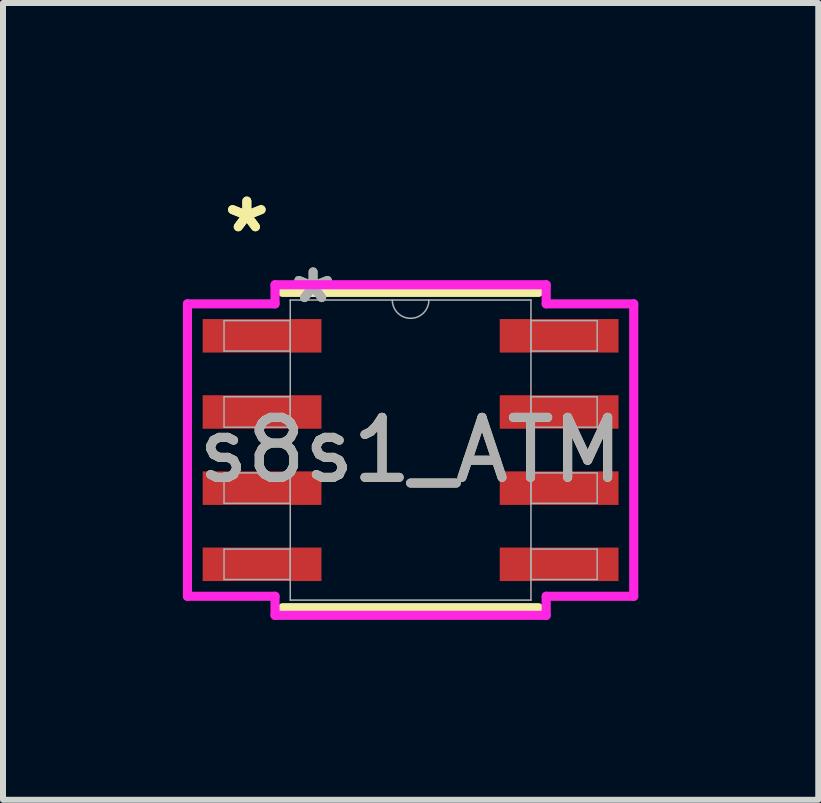
<source format=kicad_pcb>
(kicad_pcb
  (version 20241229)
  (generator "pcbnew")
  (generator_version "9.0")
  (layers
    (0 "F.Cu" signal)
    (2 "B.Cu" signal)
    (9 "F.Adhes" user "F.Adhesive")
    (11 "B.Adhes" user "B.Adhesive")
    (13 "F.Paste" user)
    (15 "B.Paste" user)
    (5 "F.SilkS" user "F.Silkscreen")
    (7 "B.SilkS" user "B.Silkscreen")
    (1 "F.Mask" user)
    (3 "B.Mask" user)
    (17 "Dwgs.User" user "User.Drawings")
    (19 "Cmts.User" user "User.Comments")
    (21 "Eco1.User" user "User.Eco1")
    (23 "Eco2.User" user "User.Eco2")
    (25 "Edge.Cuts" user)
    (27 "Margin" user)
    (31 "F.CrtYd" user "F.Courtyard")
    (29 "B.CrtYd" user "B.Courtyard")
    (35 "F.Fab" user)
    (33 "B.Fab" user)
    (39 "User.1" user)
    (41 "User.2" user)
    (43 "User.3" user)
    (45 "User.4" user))
  (footprint "s8s1_ATM"
    (layer "F.Cu")
    (at 3.797 4.455)
    (property "Reference" "s8s1_ATM" (at 0 0 0) (unlocked yes) (layer "F.SilkS") (effects (font (size 1 1) (thickness 0.15))))
    (attr smd)
    (fp_line (start -2.134 2.629) (end 2.134 2.629) (stroke (width 0.152) (type solid)) (layer "F.SilkS"))
    (fp_line (start 2.134 -2.629) (end -2.134 -2.629) (stroke (width 0.152) (type solid)) (layer "F.SilkS"))
    (fp_line (start -3.721 -2.438) (end -2.261 -2.438) (stroke (width 0.152) (type solid)) (layer "F.CrtYd"))
    (fp_line (start -3.721 2.438) (end -3.721 -2.438) (stroke (width 0.152) (type solid)) (layer "F.CrtYd"))
    (fp_line (start -3.721 2.438) (end -2.261 2.438) (stroke (width 0.152) (type solid)) (layer "F.CrtYd"))
    (fp_line (start -2.261 -2.756) (end 2.261 -2.756) (stroke (width 0.152) (type solid)) (layer "F.CrtYd"))
    (fp_line (start -2.261 -2.438) (end -2.261 -2.756) (stroke (width 0.152) (type solid)) (layer "F.CrtYd"))
    (fp_line (start -2.261 2.756) (end -2.261 2.438) (stroke (width 0.152) (type solid)) (layer "F.CrtYd"))
    (fp_line (start 2.261 -2.756) (end 2.261 -2.438) (stroke (width 0.152) (type solid)) (layer "F.CrtYd"))
    (fp_line (start 2.261 2.438) (end 2.261 2.756) (stroke (width 0.152) (type solid)) (layer "F.CrtYd"))
    (fp_line (start 2.261 2.756) (end -2.261 2.756) (stroke (width 0.152) (type solid)) (layer "F.CrtYd"))
    (fp_line (start 3.721 -2.438) (end 2.261 -2.438) (stroke (width 0.152) (type solid)) (layer "F.CrtYd"))
    (fp_line (start 3.721 -2.438) (end 3.721 2.438) (stroke (width 0.152) (type solid)) (layer "F.CrtYd"))
    (fp_line (start 3.721 2.438) (end 2.261 2.438) (stroke (width 0.152) (type solid)) (layer "F.CrtYd"))
    (fp_line (start -3.111 -2.159) (end -3.111 -1.651) (stroke (width 0.025) (type solid)) (layer "F.Fab"))
    (fp_line (start -3.111 -1.651) (end -2.007 -1.651) (stroke (width 0.025) (type solid)) (layer "F.Fab"))
    (fp_line (start -3.111 -0.889) (end -3.111 -0.381) (stroke (width 0.025) (type solid)) (layer "F.Fab"))
    (fp_line (start -3.111 -0.381) (end -2.007 -0.381) (stroke (width 0.025) (type solid)) (layer "F.Fab"))
    (fp_line (start -3.111 0.381) (end -3.111 0.889) (stroke (width 0.025) (type solid)) (layer "F.Fab"))
    (fp_line (start -3.111 0.889) (end -2.007 0.889) (stroke (width 0.025) (type solid)) (layer "F.Fab"))
    (fp_line (start -3.111 1.651) (end -3.111 2.159) (stroke (width 0.025) (type solid)) (layer "F.Fab"))
    (fp_line (start -3.111 2.159) (end -2.007 2.159) (stroke (width 0.025) (type solid)) (layer "F.Fab"))
    (fp_line (start -2.007 -2.502) (end -2.007 2.502) (stroke (width 0.025) (type solid)) (layer "F.Fab"))
    (fp_line (start -2.007 -2.159) (end -3.111 -2.159) (stroke (width 0.025) (type solid)) (layer "F.Fab"))
    (fp_line (start -2.007 -1.651) (end -2.007 -2.159) (stroke (width 0.025) (type solid)) (layer "F.Fab"))
    (fp_line (start -2.007 -0.889) (end -3.111 -0.889) (stroke (width 0.025) (type solid)) (layer "F.Fab"))
    (fp_line (start -2.007 -0.381) (end -2.007 -0.889) (stroke (width 0.025) (type solid)) (layer "F.Fab"))
    (fp_line (start -2.007 0.381) (end -3.111 0.381) (stroke (width 0.025) (type solid)) (layer "F.Fab"))
    (fp_line (start -2.007 0.889) (end -2.007 0.381) (stroke (width 0.025) (type solid)) (layer "F.Fab"))
    (fp_line (start -2.007 1.651) (end -3.111 1.651) (stroke (width 0.025) (type solid)) (layer "F.Fab"))
    (fp_line (start -2.007 2.159) (end -2.007 1.651) (stroke (width 0.025) (type solid)) (layer "F.Fab"))
    (fp_line (start -2.007 2.502) (end 2.007 2.502) (stroke (width 0.025) (type solid)) (layer "F.Fab"))
    (fp_line (start 2.007 -2.502) (end -2.007 -2.502) (stroke (width 0.025) (type solid)) (layer "F.Fab"))
    (fp_line (start 2.007 -2.159) (end 2.007 -1.651) (stroke (width 0.025) (type solid)) (layer "F.Fab"))
    (fp_line (start 2.007 -1.651) (end 3.111 -1.651) (stroke (width 0.025) (type solid)) (layer "F.Fab"))
    (fp_line (start 2.007 -0.889) (end 2.007 -0.381) (stroke (width 0.025) (type solid)) (layer "F.Fab"))
    (fp_line (start 2.007 -0.381) (end 3.111 -0.381) (stroke (width 0.025) (type solid)) (layer "F.Fab"))
    (fp_line (start 2.007 0.381) (end 2.007 0.889) (stroke (width 0.025) (type solid)) (layer "F.Fab"))
    (fp_line (start 2.007 0.889) (end 3.111 0.889) (stroke (width 0.025) (type solid)) (layer "F.Fab"))
    (fp_line (start 2.007 1.651) (end 2.007 2.159) (stroke (width 0.025) (type solid)) (layer "F.Fab"))
    (fp_line (start 2.007 2.159) (end 3.111 2.159) (stroke (width 0.025) (type solid)) (layer "F.Fab"))
    (fp_line (start 2.007 2.502) (end 2.007 -2.502) (stroke (width 0.025) (type solid)) (layer "F.Fab"))
    (fp_line (start 3.111 -2.159) (end 2.007 -2.159) (stroke (width 0.025) (type solid)) (layer "F.Fab"))
    (fp_line (start 3.111 -1.651) (end 3.111 -2.159) (stroke (width 0.025) (type solid)) (layer "F.Fab"))
    (fp_line (start 3.111 -0.889) (end 2.007 -0.889) (stroke (width 0.025) (type solid)) (layer "F.Fab"))
    (fp_line (start 3.111 -0.381) (end 3.111 -0.889) (stroke (width 0.025) (type solid)) (layer "F.Fab"))
    (fp_line (start 3.111 0.381) (end 2.007 0.381) (stroke (width 0.025) (type solid)) (layer "F.Fab"))
    (fp_line (start 3.111 0.889) (end 3.111 0.381) (stroke (width 0.025) (type solid)) (layer "F.Fab"))
    (fp_line (start 3.111 1.651) (end 2.007 1.651) (stroke (width 0.025) (type solid)) (layer "F.Fab"))
    (fp_line (start 3.111 2.159) (end 3.111 1.651) (stroke (width 0.025) (type solid)) (layer "F.Fab"))
    (fp_arc (start 0.3048 -2.5019) (mid 0 -2.1971) (end -0.3048 -2.5019) (stroke (width 0.0254) (type solid)) (layer "F.Fab"))
    (fp_text user "*" (at -2.731 -3.607 0) (layer "F.SilkS") (effects (font (size 1 1) (thickness 0.15))))
    (fp_text user "*" (at -2.731 -3.607 0) (unlocked yes) (layer "F.SilkS") (effects (font (size 1 1) (thickness 0.15))))
    (fp_text user "${REFERENCE}" (at 0 0 0) (unlocked yes) (layer "F.Fab") (effects (font (size 1 1) (thickness 0.15))))
    (fp_text user "*" (at -1.626 -2.426 0) (unlocked yes) (layer "F.Fab") (effects (font (size 1 1) (thickness 0.15))))
    (fp_text user "*" (at -1.626 -2.426 0) (layer "F.Fab") (effects (font (size 1 1) (thickness 0.15))))
    (pad "1" smd rect (at -2.477 -1.905) (size 1.981 0.559) (layers "F.Cu" "F.Mask" "F.Paste"))
    (pad "2" smd rect (at -2.477 -0.635) (size 1.981 0.559) (layers "F.Cu" "F.Mask" "F.Paste"))
    (pad "3" smd rect (at -2.477 0.635) (size 1.981 0.559) (layers "F.Cu" "F.Mask" "F.Paste"))
    (pad "4" smd rect (at -2.477 1.905) (size 1.981 0.559) (layers "F.Cu" "F.Mask" "F.Paste"))
    (pad "5" smd rect (at 2.477 1.905) (size 1.981 0.559) (layers "F.Cu" "F.Mask" "F.Paste"))
    (pad "6" smd rect (at 2.477 0.635) (size 1.981 0.559) (layers "F.Cu" "F.Mask" "F.Paste"))
    (pad "7" smd rect (at 2.477 -0.635) (size 1.981 0.559) (layers "F.Cu" "F.Mask" "F.Paste"))
    (pad "8" smd rect (at 2.477 -1.905) (size 1.981 0.559) (layers "F.Cu" "F.Mask" "F.Paste")))
  (gr_rect
    (start -3 -3)
    (end 10.595 10.287)
    (stroke (width 0.1) (type default))
    (fill no)
    (layer "Edge.Cuts")))
</source>
